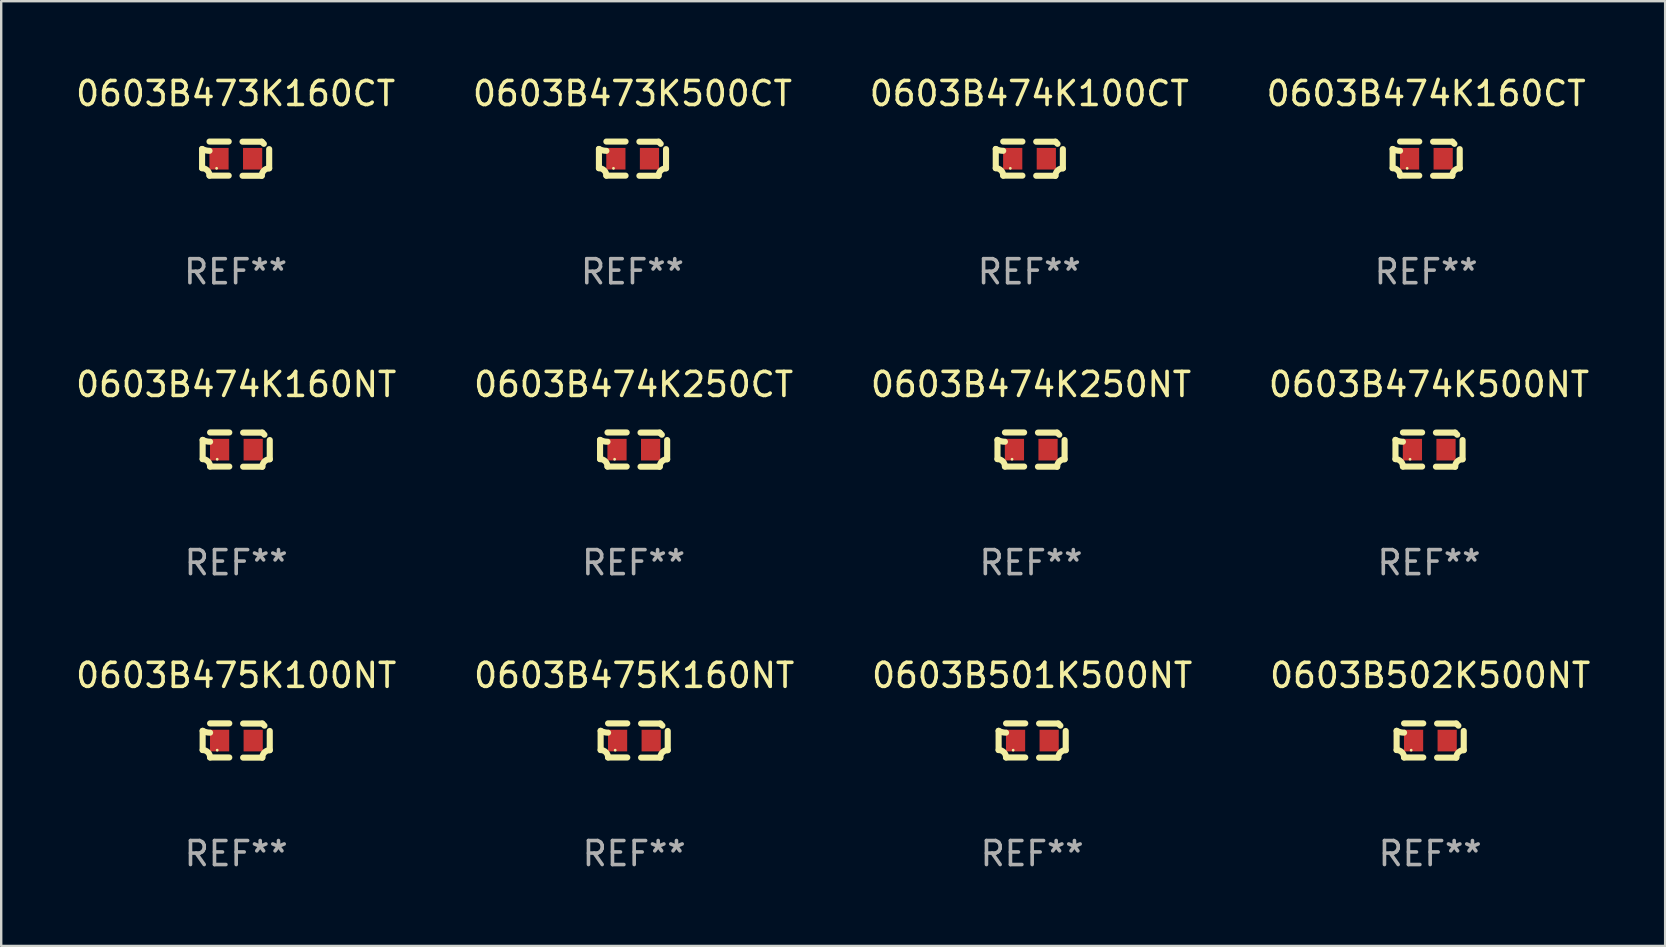
<source format=kicad_pcb>
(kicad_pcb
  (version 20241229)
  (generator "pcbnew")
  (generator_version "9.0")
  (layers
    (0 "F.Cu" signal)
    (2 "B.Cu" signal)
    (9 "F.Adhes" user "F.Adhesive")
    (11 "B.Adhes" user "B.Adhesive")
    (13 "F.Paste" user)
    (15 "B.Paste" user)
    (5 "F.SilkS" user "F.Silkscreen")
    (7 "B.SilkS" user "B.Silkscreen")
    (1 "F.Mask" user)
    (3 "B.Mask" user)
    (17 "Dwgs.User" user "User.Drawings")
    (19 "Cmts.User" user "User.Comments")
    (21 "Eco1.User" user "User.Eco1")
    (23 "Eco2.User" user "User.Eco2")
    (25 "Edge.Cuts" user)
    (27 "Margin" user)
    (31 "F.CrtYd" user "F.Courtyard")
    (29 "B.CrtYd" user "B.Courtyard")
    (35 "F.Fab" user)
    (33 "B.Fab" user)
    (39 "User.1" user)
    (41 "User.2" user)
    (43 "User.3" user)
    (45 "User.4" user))
  (footprint "0603B501K500NT"
    (layer "F.Cu")
    (at 39.958 27.805)
    (property "Reference" "0603B501K500NT" (at 0 -2.713 0) (layer "F.SilkS") (effects (font (size 1 1) (thickness 0.15))))
    (attr through_hole)
    (fp_line (start -1.398 -0.403) (end -1.398 0.397) (stroke (width 0.254) (type solid)) (layer "F.SilkS"))
    (fp_line (start -0.288 -0.713) (end -1.088 -0.713) (stroke (width 0.254) (type solid)) (layer "F.SilkS"))
    (fp_line (start -0.288 0.707) (end -1.088 0.707) (stroke (width 0.254) (type solid)) (layer "F.SilkS"))
    (fp_line (start 0.288 -0.707) (end 1.088 -0.707) (stroke (width 0.254) (type solid)) (layer "F.SilkS"))
    (fp_line (start 0.288 0.713) (end 1.088 0.713) (stroke (width 0.254) (type solid)) (layer "F.SilkS"))
    (fp_line (start 1.398 -0.397) (end 1.398 0.403) (stroke (width 0.254) (type solid)) (layer "F.SilkS"))
    (fp_arc (start -1.397789 0.397066) (mid -1.178701 0.487826) (end -1.08796 0.706922) (stroke (width 0.254001) (type solid)) (layer "F.SilkS"))
    (fp_arc (start -1.08796 -0.327176) (mid -1.247436 -0.346384) (end -1.39779 -0.402908) (stroke (width 0.254001) (type solid)) (layer "F.SilkS"))
    (fp_arc (start 1.087909 0.712738) (mid 1.178656 0.493655) (end 1.397739 0.402908) (stroke (width 0.254001) (type solid)) (layer "F.SilkS"))
    (fp_arc (start 1.175925 -0.618926) (mid 1.131917 -0.662923) (end 1.08791 -0.706922) (stroke (width 0.254001) (type solid)) (layer "F.SilkS"))
    (fp_circle (center -0.792 0.403) (end -0.762 0.403) (stroke (width 0.06) (type solid)) (fill no) (layer "F.SilkS"))
    (fp_text user "REF**" (at 0 4.713 0) (layer "F.Fab") (effects (font (size 1 1) (thickness 0.15))))
    (pad "1" smd rect (at -0.692 0.003) (size 0.8 0.9) (layers "F.Cu" "F.Mask" "F.Paste"))
    (pad "2" smd rect (at 0.708 0.003) (size 0.8 0.9) (layers "F.Cu" "F.Mask" "F.Paste")))
  (footprint "0603B474K250CT"
    (layer "F.Cu")
    (at 23.351 15.683)
    (property "Reference" "0603B474K250CT" (at 0 -2.713 0) (layer "F.SilkS") (effects (font (size 1 1) (thickness 0.15))))
    (attr through_hole)
    (fp_line (start -1.398 -0.403) (end -1.398 0.397) (stroke (width 0.254) (type solid)) (layer "F.SilkS"))
    (fp_line (start -0.288 -0.713) (end -1.088 -0.713) (stroke (width 0.254) (type solid)) (layer "F.SilkS"))
    (fp_line (start -0.288 0.707) (end -1.088 0.707) (stroke (width 0.254) (type solid)) (layer "F.SilkS"))
    (fp_line (start 0.288 -0.707) (end 1.088 -0.707) (stroke (width 0.254) (type solid)) (layer "F.SilkS"))
    (fp_line (start 0.288 0.713) (end 1.088 0.713) (stroke (width 0.254) (type solid)) (layer "F.SilkS"))
    (fp_line (start 1.398 -0.397) (end 1.398 0.403) (stroke (width 0.254) (type solid)) (layer "F.SilkS"))
    (fp_arc (start -1.397789 0.397066) (mid -1.178701 0.487826) (end -1.08796 0.706922) (stroke (width 0.254001) (type solid)) (layer "F.SilkS"))
    (fp_arc (start -1.08796 -0.327176) (mid -1.247436 -0.346384) (end -1.39779 -0.402908) (stroke (width 0.254001) (type solid)) (layer "F.SilkS"))
    (fp_arc (start 1.087909 0.712738) (mid 1.178656 0.493655) (end 1.397739 0.402908) (stroke (width 0.254001) (type solid)) (layer "F.SilkS"))
    (fp_arc (start 1.175925 -0.618926) (mid 1.131917 -0.662923) (end 1.08791 -0.706922) (stroke (width 0.254001) (type solid)) (layer "F.SilkS"))
    (fp_circle (center -0.792 0.403) (end -0.762 0.403) (stroke (width 0.06) (type solid)) (fill no) (layer "F.SilkS"))
    (fp_text user "REF**" (at 0 4.713 0) (layer "F.Fab") (effects (font (size 1 1) (thickness 0.15))))
    (pad "1" smd rect (at -0.692 0.003) (size 0.8 0.9) (layers "F.Cu" "F.Mask" "F.Paste"))
    (pad "2" smd rect (at 0.708 0.003) (size 0.8 0.9) (layers "F.Cu" "F.Mask" "F.Paste")))
  (footprint "0603B473K500CT"
    (layer "F.Cu")
    (at 23.304 3.561)
    (property "Reference" "0603B473K500CT" (at 0 -2.713 0) (layer "F.SilkS") (effects (font (size 1 1) (thickness 0.15))))
    (attr through_hole)
    (fp_line (start -1.398 -0.403) (end -1.398 0.397) (stroke (width 0.254) (type solid)) (layer "F.SilkS"))
    (fp_line (start -0.288 -0.713) (end -1.088 -0.713) (stroke (width 0.254) (type solid)) (layer "F.SilkS"))
    (fp_line (start -0.288 0.707) (end -1.088 0.707) (stroke (width 0.254) (type solid)) (layer "F.SilkS"))
    (fp_line (start 0.288 -0.707) (end 1.088 -0.707) (stroke (width 0.254) (type solid)) (layer "F.SilkS"))
    (fp_line (start 0.288 0.713) (end 1.088 0.713) (stroke (width 0.254) (type solid)) (layer "F.SilkS"))
    (fp_line (start 1.398 -0.397) (end 1.398 0.403) (stroke (width 0.254) (type solid)) (layer "F.SilkS"))
    (fp_arc (start -1.397789 0.397066) (mid -1.178701 0.487826) (end -1.08796 0.706922) (stroke (width 0.254001) (type solid)) (layer "F.SilkS"))
    (fp_arc (start -1.08796 -0.327176) (mid -1.247436 -0.346384) (end -1.39779 -0.402908) (stroke (width 0.254001) (type solid)) (layer "F.SilkS"))
    (fp_arc (start 1.087909 0.712738) (mid 1.178656 0.493655) (end 1.397739 0.402908) (stroke (width 0.254001) (type solid)) (layer "F.SilkS"))
    (fp_arc (start 1.175925 -0.618926) (mid 1.131917 -0.662923) (end 1.08791 -0.706922) (stroke (width 0.254001) (type solid)) (layer "F.SilkS"))
    (fp_circle (center -0.792 0.403) (end -0.762 0.403) (stroke (width 0.06) (type solid)) (fill no) (layer "F.SilkS"))
    (fp_text user "REF**" (at 0 4.713 0) (layer "F.Fab") (effects (font (size 1 1) (thickness 0.15))))
    (pad "1" smd rect (at -0.692 0.003) (size 0.8 0.9) (layers "F.Cu" "F.Mask" "F.Paste"))
    (pad "2" smd rect (at 0.708 0.003) (size 0.8 0.9) (layers "F.Cu" "F.Mask" "F.Paste")))
  (footprint "0603B474K160CT"
    (layer "F.Cu")
    (at 56.375 3.561)
    (property "Reference" "0603B474K160CT" (at 0 -2.713 0) (layer "F.SilkS") (effects (font (size 1 1) (thickness 0.15))))
    (attr through_hole)
    (fp_line (start -1.398 -0.403) (end -1.398 0.397) (stroke (width 0.254) (type solid)) (layer "F.SilkS"))
    (fp_line (start -0.288 -0.713) (end -1.088 -0.713) (stroke (width 0.254) (type solid)) (layer "F.SilkS"))
    (fp_line (start -0.288 0.707) (end -1.088 0.707) (stroke (width 0.254) (type solid)) (layer "F.SilkS"))
    (fp_line (start 0.288 -0.707) (end 1.088 -0.707) (stroke (width 0.254) (type solid)) (layer "F.SilkS"))
    (fp_line (start 0.288 0.713) (end 1.088 0.713) (stroke (width 0.254) (type solid)) (layer "F.SilkS"))
    (fp_line (start 1.398 -0.397) (end 1.398 0.403) (stroke (width 0.254) (type solid)) (layer "F.SilkS"))
    (fp_arc (start -1.397789 0.397066) (mid -1.178701 0.487826) (end -1.08796 0.706922) (stroke (width 0.254001) (type solid)) (layer "F.SilkS"))
    (fp_arc (start -1.08796 -0.327176) (mid -1.247436 -0.346384) (end -1.39779 -0.402908) (stroke (width 0.254001) (type solid)) (layer "F.SilkS"))
    (fp_arc (start 1.087909 0.712738) (mid 1.178656 0.493655) (end 1.397739 0.402908) (stroke (width 0.254001) (type solid)) (layer "F.SilkS"))
    (fp_arc (start 1.175925 -0.618926) (mid 1.131917 -0.662923) (end 1.08791 -0.706922) (stroke (width 0.254001) (type solid)) (layer "F.SilkS"))
    (fp_circle (center -0.792 0.403) (end -0.762 0.403) (stroke (width 0.06) (type solid)) (fill no) (layer "F.SilkS"))
    (fp_text user "REF**" (at 0 4.713 0) (layer "F.Fab") (effects (font (size 1 1) (thickness 0.15))))
    (pad "1" smd rect (at -0.692 0.003) (size 0.8 0.9) (layers "F.Cu" "F.Mask" "F.Paste"))
    (pad "2" smd rect (at 0.708 0.003) (size 0.8 0.9) (layers "F.Cu" "F.Mask" "F.Paste")))
  (footprint "0603B475K160NT"
    (layer "F.Cu")
    (at 23.375 27.805)
    (property "Reference" "0603B475K160NT" (at 0 -2.713 0) (layer "F.SilkS") (effects (font (size 1 1) (thickness 0.15))))
    (attr through_hole)
    (fp_line (start -1.398 -0.403) (end -1.398 0.397) (stroke (width 0.254) (type solid)) (layer "F.SilkS"))
    (fp_line (start -0.288 -0.713) (end -1.088 -0.713) (stroke (width 0.254) (type solid)) (layer "F.SilkS"))
    (fp_line (start -0.288 0.707) (end -1.088 0.707) (stroke (width 0.254) (type solid)) (layer "F.SilkS"))
    (fp_line (start 0.288 -0.707) (end 1.088 -0.707) (stroke (width 0.254) (type solid)) (layer "F.SilkS"))
    (fp_line (start 0.288 0.713) (end 1.088 0.713) (stroke (width 0.254) (type solid)) (layer "F.SilkS"))
    (fp_line (start 1.398 -0.397) (end 1.398 0.403) (stroke (width 0.254) (type solid)) (layer "F.SilkS"))
    (fp_arc (start -1.397789 0.397066) (mid -1.178701 0.487826) (end -1.08796 0.706922) (stroke (width 0.254001) (type solid)) (layer "F.SilkS"))
    (fp_arc (start -1.08796 -0.327176) (mid -1.247436 -0.346384) (end -1.39779 -0.402908) (stroke (width 0.254001) (type solid)) (layer "F.SilkS"))
    (fp_arc (start 1.087909 0.712738) (mid 1.178656 0.493655) (end 1.397739 0.402908) (stroke (width 0.254001) (type solid)) (layer "F.SilkS"))
    (fp_arc (start 1.175925 -0.618926) (mid 1.131917 -0.662923) (end 1.08791 -0.706922) (stroke (width 0.254001) (type solid)) (layer "F.SilkS"))
    (fp_circle (center -0.792 0.403) (end -0.762 0.403) (stroke (width 0.06) (type solid)) (fill no) (layer "F.SilkS"))
    (fp_text user "REF**" (at 0 4.713 0) (layer "F.Fab") (effects (font (size 1 1) (thickness 0.15))))
    (pad "1" smd rect (at -0.692 0.003) (size 0.8 0.9) (layers "F.Cu" "F.Mask" "F.Paste"))
    (pad "2" smd rect (at 0.708 0.003) (size 0.8 0.9) (layers "F.Cu" "F.Mask" "F.Paste")))
  (footprint "0603B475K100NT"
    (layer "F.Cu")
    (at 6.792 27.805)
    (property "Reference" "0603B475K100NT" (at 0 -2.713 0) (layer "F.SilkS") (effects (font (size 1 1) (thickness 0.15))))
    (attr through_hole)
    (fp_line (start -1.398 -0.403) (end -1.398 0.397) (stroke (width 0.254) (type solid)) (layer "F.SilkS"))
    (fp_line (start -0.288 -0.713) (end -1.088 -0.713) (stroke (width 0.254) (type solid)) (layer "F.SilkS"))
    (fp_line (start -0.288 0.707) (end -1.088 0.707) (stroke (width 0.254) (type solid)) (layer "F.SilkS"))
    (fp_line (start 0.288 -0.707) (end 1.088 -0.707) (stroke (width 0.254) (type solid)) (layer "F.SilkS"))
    (fp_line (start 0.288 0.713) (end 1.088 0.713) (stroke (width 0.254) (type solid)) (layer "F.SilkS"))
    (fp_line (start 1.398 -0.397) (end 1.398 0.403) (stroke (width 0.254) (type solid)) (layer "F.SilkS"))
    (fp_arc (start -1.397789 0.397066) (mid -1.178701 0.487826) (end -1.08796 0.706922) (stroke (width 0.254001) (type solid)) (layer "F.SilkS"))
    (fp_arc (start -1.08796 -0.327176) (mid -1.247436 -0.346384) (end -1.39779 -0.402908) (stroke (width 0.254001) (type solid)) (layer "F.SilkS"))
    (fp_arc (start 1.087909 0.712738) (mid 1.178656 0.493655) (end 1.397739 0.402908) (stroke (width 0.254001) (type solid)) (layer "F.SilkS"))
    (fp_arc (start 1.175925 -0.618926) (mid 1.131917 -0.662923) (end 1.08791 -0.706922) (stroke (width 0.254001) (type solid)) (layer "F.SilkS"))
    (fp_circle (center -0.792 0.403) (end -0.762 0.403) (stroke (width 0.06) (type solid)) (fill no) (layer "F.SilkS"))
    (fp_text user "REF**" (at 0 4.713 0) (layer "F.Fab") (effects (font (size 1 1) (thickness 0.15))))
    (pad "1" smd rect (at -0.692 0.003) (size 0.8 0.9) (layers "F.Cu" "F.Mask" "F.Paste"))
    (pad "2" smd rect (at 0.708 0.003) (size 0.8 0.9) (layers "F.Cu" "F.Mask" "F.Paste")))
  (footprint "0603B474K100CT"
    (layer "F.Cu")
    (at 39.839 3.561)
    (property "Reference" "0603B474K100CT" (at 0 -2.713 0) (layer "F.SilkS") (effects (font (size 1 1) (thickness 0.15))))
    (attr through_hole)
    (fp_line (start -1.398 -0.403) (end -1.398 0.397) (stroke (width 0.254) (type solid)) (layer "F.SilkS"))
    (fp_line (start -0.288 -0.713) (end -1.088 -0.713) (stroke (width 0.254) (type solid)) (layer "F.SilkS"))
    (fp_line (start -0.288 0.707) (end -1.088 0.707) (stroke (width 0.254) (type solid)) (layer "F.SilkS"))
    (fp_line (start 0.288 -0.707) (end 1.088 -0.707) (stroke (width 0.254) (type solid)) (layer "F.SilkS"))
    (fp_line (start 0.288 0.713) (end 1.088 0.713) (stroke (width 0.254) (type solid)) (layer "F.SilkS"))
    (fp_line (start 1.398 -0.397) (end 1.398 0.403) (stroke (width 0.254) (type solid)) (layer "F.SilkS"))
    (fp_arc (start -1.397789 0.397066) (mid -1.178701 0.487826) (end -1.08796 0.706922) (stroke (width 0.254001) (type solid)) (layer "F.SilkS"))
    (fp_arc (start -1.08796 -0.327176) (mid -1.247436 -0.346384) (end -1.39779 -0.402908) (stroke (width 0.254001) (type solid)) (layer "F.SilkS"))
    (fp_arc (start 1.087909 0.712738) (mid 1.178656 0.493655) (end 1.397739 0.402908) (stroke (width 0.254001) (type solid)) (layer "F.SilkS"))
    (fp_arc (start 1.175925 -0.618926) (mid 1.131917 -0.662923) (end 1.08791 -0.706922) (stroke (width 0.254001) (type solid)) (layer "F.SilkS"))
    (fp_circle (center -0.792 0.403) (end -0.762 0.403) (stroke (width 0.06) (type solid)) (fill no) (layer "F.SilkS"))
    (fp_text user "REF**" (at 0 4.713 0) (layer "F.Fab") (effects (font (size 1 1) (thickness 0.15))))
    (pad "1" smd rect (at -0.692 0.003) (size 0.8 0.9) (layers "F.Cu" "F.Mask" "F.Paste"))
    (pad "2" smd rect (at 0.708 0.003) (size 0.8 0.9) (layers "F.Cu" "F.Mask" "F.Paste")))
  (footprint "0603B502K500NT"
    (layer "F.Cu")
    (at 56.542 27.805)
    (property "Reference" "0603B502K500NT" (at 0 -2.713 0) (layer "F.SilkS") (effects (font (size 1 1) (thickness 0.15))))
    (attr through_hole)
    (fp_line (start -1.398 -0.403) (end -1.398 0.397) (stroke (width 0.254) (type solid)) (layer "F.SilkS"))
    (fp_line (start -0.288 -0.713) (end -1.088 -0.713) (stroke (width 0.254) (type solid)) (layer "F.SilkS"))
    (fp_line (start -0.288 0.707) (end -1.088 0.707) (stroke (width 0.254) (type solid)) (layer "F.SilkS"))
    (fp_line (start 0.288 -0.707) (end 1.088 -0.707) (stroke (width 0.254) (type solid)) (layer "F.SilkS"))
    (fp_line (start 0.288 0.713) (end 1.088 0.713) (stroke (width 0.254) (type solid)) (layer "F.SilkS"))
    (fp_line (start 1.398 -0.397) (end 1.398 0.403) (stroke (width 0.254) (type solid)) (layer "F.SilkS"))
    (fp_arc (start -1.397789 0.397066) (mid -1.178701 0.487826) (end -1.08796 0.706922) (stroke (width 0.254001) (type solid)) (layer "F.SilkS"))
    (fp_arc (start -1.08796 -0.327176) (mid -1.247436 -0.346384) (end -1.39779 -0.402908) (stroke (width 0.254001) (type solid)) (layer "F.SilkS"))
    (fp_arc (start 1.087909 0.712738) (mid 1.178656 0.493655) (end 1.397739 0.402908) (stroke (width 0.254001) (type solid)) (layer "F.SilkS"))
    (fp_arc (start 1.175925 -0.618926) (mid 1.131917 -0.662923) (end 1.08791 -0.706922) (stroke (width 0.254001) (type solid)) (layer "F.SilkS"))
    (fp_circle (center -0.792 0.403) (end -0.762 0.403) (stroke (width 0.06) (type solid)) (fill no) (layer "F.SilkS"))
    (fp_text user "REF**" (at 0 4.713 0) (layer "F.Fab") (effects (font (size 1 1) (thickness 0.15))))
    (pad "1" smd rect (at -0.692 0.003) (size 0.8 0.9) (layers "F.Cu" "F.Mask" "F.Paste"))
    (pad "2" smd rect (at 0.708 0.003) (size 0.8 0.9) (layers "F.Cu" "F.Mask" "F.Paste")))
  (footprint "0603B474K160NT"
    (layer "F.Cu")
    (at 6.792 15.683)
    (property "Reference" "0603B474K160NT" (at 0 -2.713 0) (layer "F.SilkS") (effects (font (size 1 1) (thickness 0.15))))
    (attr through_hole)
    (fp_line (start -1.398 -0.403) (end -1.398 0.397) (stroke (width 0.254) (type solid)) (layer "F.SilkS"))
    (fp_line (start -0.288 -0.713) (end -1.088 -0.713) (stroke (width 0.254) (type solid)) (layer "F.SilkS"))
    (fp_line (start -0.288 0.707) (end -1.088 0.707) (stroke (width 0.254) (type solid)) (layer "F.SilkS"))
    (fp_line (start 0.288 -0.707) (end 1.088 -0.707) (stroke (width 0.254) (type solid)) (layer "F.SilkS"))
    (fp_line (start 0.288 0.713) (end 1.088 0.713) (stroke (width 0.254) (type solid)) (layer "F.SilkS"))
    (fp_line (start 1.398 -0.397) (end 1.398 0.403) (stroke (width 0.254) (type solid)) (layer "F.SilkS"))
    (fp_arc (start -1.397789 0.397066) (mid -1.178701 0.487826) (end -1.08796 0.706922) (stroke (width 0.254001) (type solid)) (layer "F.SilkS"))
    (fp_arc (start -1.08796 -0.327176) (mid -1.247436 -0.346384) (end -1.39779 -0.402908) (stroke (width 0.254001) (type solid)) (layer "F.SilkS"))
    (fp_arc (start 1.087909 0.712738) (mid 1.178656 0.493655) (end 1.397739 0.402908) (stroke (width 0.254001) (type solid)) (layer "F.SilkS"))
    (fp_arc (start 1.175925 -0.618926) (mid 1.131917 -0.662923) (end 1.08791 -0.706922) (stroke (width 0.254001) (type solid)) (layer "F.SilkS"))
    (fp_circle (center -0.792 0.403) (end -0.762 0.403) (stroke (width 0.06) (type solid)) (fill no) (layer "F.SilkS"))
    (fp_text user "REF**" (at 0 4.713 0) (layer "F.Fab") (effects (font (size 1 1) (thickness 0.15))))
    (pad "1" smd rect (at -0.692 0.003) (size 0.8 0.9) (layers "F.Cu" "F.Mask" "F.Paste"))
    (pad "2" smd rect (at 0.708 0.003) (size 0.8 0.9) (layers "F.Cu" "F.Mask" "F.Paste")))
  (footprint "0603B473K160CT"
    (layer "F.Cu")
    (at 6.768 3.561)
    (property "Reference" "0603B473K160CT" (at 0 -2.713 0) (layer "F.SilkS") (effects (font (size 1 1) (thickness 0.15))))
    (attr through_hole)
    (fp_line (start -1.398 -0.403) (end -1.398 0.397) (stroke (width 0.254) (type solid)) (layer "F.SilkS"))
    (fp_line (start -0.288 -0.713) (end -1.088 -0.713) (stroke (width 0.254) (type solid)) (layer "F.SilkS"))
    (fp_line (start -0.288 0.707) (end -1.088 0.707) (stroke (width 0.254) (type solid)) (layer "F.SilkS"))
    (fp_line (start 0.288 -0.707) (end 1.088 -0.707) (stroke (width 0.254) (type solid)) (layer "F.SilkS"))
    (fp_line (start 0.288 0.713) (end 1.088 0.713) (stroke (width 0.254) (type solid)) (layer "F.SilkS"))
    (fp_line (start 1.398 -0.397) (end 1.398 0.403) (stroke (width 0.254) (type solid)) (layer "F.SilkS"))
    (fp_arc (start -1.397789 0.397066) (mid -1.178701 0.487826) (end -1.08796 0.706922) (stroke (width 0.254001) (type solid)) (layer "F.SilkS"))
    (fp_arc (start -1.08796 -0.327176) (mid -1.247436 -0.346384) (end -1.39779 -0.402908) (stroke (width 0.254001) (type solid)) (layer "F.SilkS"))
    (fp_arc (start 1.087909 0.712738) (mid 1.178656 0.493655) (end 1.397739 0.402908) (stroke (width 0.254001) (type solid)) (layer "F.SilkS"))
    (fp_arc (start 1.175925 -0.618926) (mid 1.131917 -0.662923) (end 1.08791 -0.706922) (stroke (width 0.254001) (type solid)) (layer "F.SilkS"))
    (fp_circle (center -0.792 0.403) (end -0.762 0.403) (stroke (width 0.06) (type solid)) (fill no) (layer "F.SilkS"))
    (fp_text user "REF**" (at 0 4.713 0) (layer "F.Fab") (effects (font (size 1 1) (thickness 0.15))))
    (pad "1" smd rect (at -0.692 0.003) (size 0.8 0.9) (layers "F.Cu" "F.Mask" "F.Paste"))
    (pad "2" smd rect (at 0.708 0.003) (size 0.8 0.9) (layers "F.Cu" "F.Mask" "F.Paste")))
  (footprint "0603B474K250NT"
    (layer "F.Cu")
    (at 39.911 15.683)
    (property "Reference" "0603B474K250NT" (at 0 -2.713 0) (layer "F.SilkS") (effects (font (size 1 1) (thickness 0.15))))
    (attr through_hole)
    (fp_line (start -1.398 -0.403) (end -1.398 0.397) (stroke (width 0.254) (type solid)) (layer "F.SilkS"))
    (fp_line (start -0.288 -0.713) (end -1.088 -0.713) (stroke (width 0.254) (type solid)) (layer "F.SilkS"))
    (fp_line (start -0.288 0.707) (end -1.088 0.707) (stroke (width 0.254) (type solid)) (layer "F.SilkS"))
    (fp_line (start 0.288 -0.707) (end 1.088 -0.707) (stroke (width 0.254) (type solid)) (layer "F.SilkS"))
    (fp_line (start 0.288 0.713) (end 1.088 0.713) (stroke (width 0.254) (type solid)) (layer "F.SilkS"))
    (fp_line (start 1.398 -0.397) (end 1.398 0.403) (stroke (width 0.254) (type solid)) (layer "F.SilkS"))
    (fp_arc (start -1.397789 0.397066) (mid -1.178701 0.487826) (end -1.08796 0.706922) (stroke (width 0.254001) (type solid)) (layer "F.SilkS"))
    (fp_arc (start -1.08796 -0.327176) (mid -1.247436 -0.346384) (end -1.39779 -0.402908) (stroke (width 0.254001) (type solid)) (layer "F.SilkS"))
    (fp_arc (start 1.087909 0.712738) (mid 1.178656 0.493655) (end 1.397739 0.402908) (stroke (width 0.254001) (type solid)) (layer "F.SilkS"))
    (fp_arc (start 1.175925 -0.618926) (mid 1.131917 -0.662923) (end 1.08791 -0.706922) (stroke (width 0.254001) (type solid)) (layer "F.SilkS"))
    (fp_circle (center -0.792 0.403) (end -0.762 0.403) (stroke (width 0.06) (type solid)) (fill no) (layer "F.SilkS"))
    (fp_text user "REF**" (at 0 4.713 0) (layer "F.Fab") (effects (font (size 1 1) (thickness 0.15))))
    (pad "1" smd rect (at -0.692 0.003) (size 0.8 0.9) (layers "F.Cu" "F.Mask" "F.Paste"))
    (pad "2" smd rect (at 0.708 0.003) (size 0.8 0.9) (layers "F.Cu" "F.Mask" "F.Paste")))
  (footprint "0603B474K500NT"
    (layer "F.Cu")
    (at 56.494 15.683)
    (property "Reference" "0603B474K500NT" (at 0 -2.713 0) (layer "F.SilkS") (effects (font (size 1 1) (thickness 0.15))))
    (attr through_hole)
    (fp_line (start -1.398 -0.403) (end -1.398 0.397) (stroke (width 0.254) (type solid)) (layer "F.SilkS"))
    (fp_line (start -0.288 -0.713) (end -1.088 -0.713) (stroke (width 0.254) (type solid)) (layer "F.SilkS"))
    (fp_line (start -0.288 0.707) (end -1.088 0.707) (stroke (width 0.254) (type solid)) (layer "F.SilkS"))
    (fp_line (start 0.288 -0.707) (end 1.088 -0.707) (stroke (width 0.254) (type solid)) (layer "F.SilkS"))
    (fp_line (start 0.288 0.713) (end 1.088 0.713) (stroke (width 0.254) (type solid)) (layer "F.SilkS"))
    (fp_line (start 1.398 -0.397) (end 1.398 0.403) (stroke (width 0.254) (type solid)) (layer "F.SilkS"))
    (fp_arc (start -1.397789 0.397066) (mid -1.178701 0.487826) (end -1.08796 0.706922) (stroke (width 0.254001) (type solid)) (layer "F.SilkS"))
    (fp_arc (start -1.08796 -0.327176) (mid -1.247436 -0.346384) (end -1.39779 -0.402908) (stroke (width 0.254001) (type solid)) (layer "F.SilkS"))
    (fp_arc (start 1.087909 0.712738) (mid 1.178656 0.493655) (end 1.397739 0.402908) (stroke (width 0.254001) (type solid)) (layer "F.SilkS"))
    (fp_arc (start 1.175925 -0.618926) (mid 1.131917 -0.662923) (end 1.08791 -0.706922) (stroke (width 0.254001) (type solid)) (layer "F.SilkS"))
    (fp_circle (center -0.792 0.403) (end -0.762 0.403) (stroke (width 0.06) (type solid)) (fill no) (layer "F.SilkS"))
    (fp_text user "REF**" (at 0 4.713 0) (layer "F.Fab") (effects (font (size 1 1) (thickness 0.15))))
    (pad "1" smd rect (at -0.692 0.003) (size 0.8 0.9) (layers "F.Cu" "F.Mask" "F.Paste"))
    (pad "2" smd rect (at 0.708 0.003) (size 0.8 0.9) (layers "F.Cu" "F.Mask" "F.Paste")))
  (gr_rect
    (start -3 -3)
    (end 66.333 36.366)
    (stroke (width 0.1) (type default))
    (fill no)
    (layer "Edge.Cuts")))
</source>
